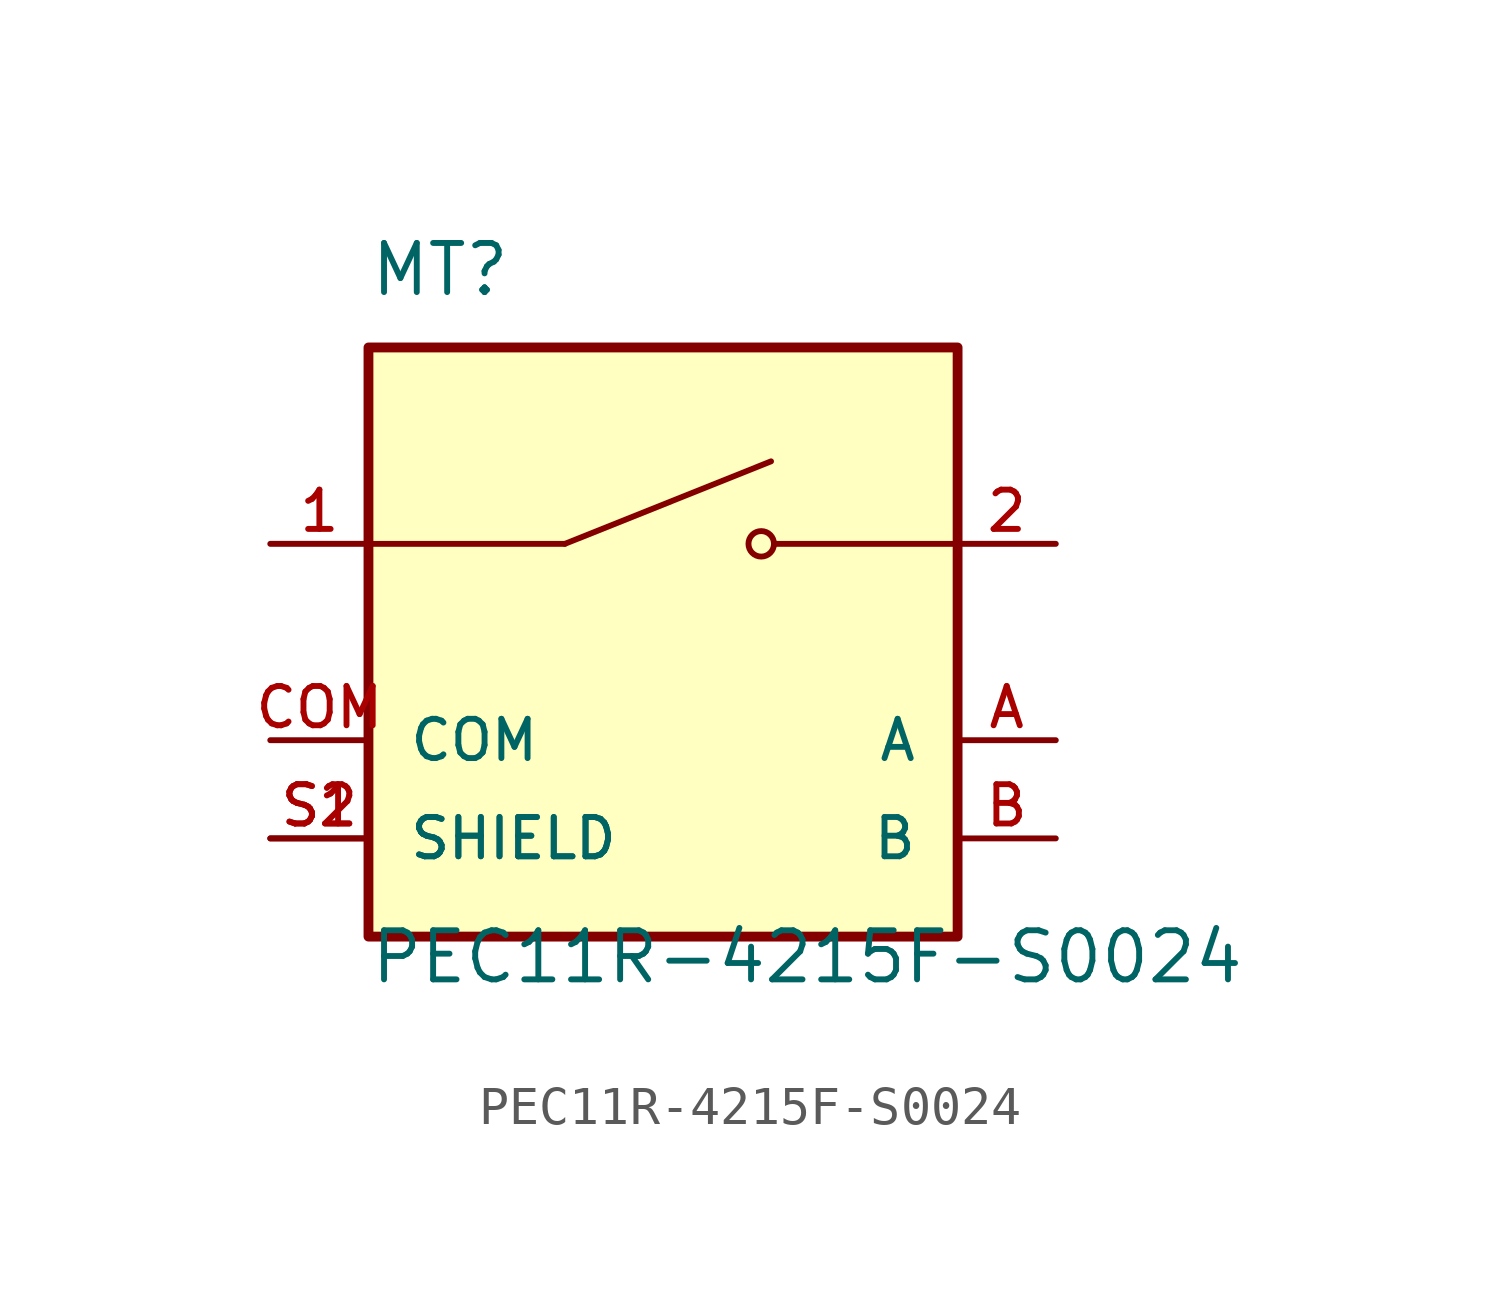
<source format=kicad_sym>
(kicad_symbol_lib
  (version 20211014)
  (generator kicad_symbol_editor)
  (symbol "PEC11R-4215F-S0024"
    (pin_names
      (offset 1.016))
    (property "Reference" "MT"
      (at -7.62 8.89 0)
      (effects (font (size 1.27 1.27)) (justify left bottom)))
    (property "Value" "PEC11R-4215F-S0024"
      (at -7.62 -8.89 0)
      (effects (font (size 1.27 1.27)) (justify left bottom)))
    (property "ki_locked" ""
      (at 0 0 0)
      (effects (font (size 1.27 1.27))))
    (symbol "PEC11R-4215F-S0024_0_0"
      (rectangle (start -7.62 -7.62) (end 7.62 7.62) (stroke (width 0.254) (type default) (color 0 0 0 0)) (fill (type background)))
      (polyline (pts (xy -2.54 2.54) (xy -7.62 2.54)) (stroke (width 0.152) (type default) (color 0 0 0 0)) (fill (type none)))
      (polyline (pts (xy -2.54 2.54) (xy 2.794 4.674)) (stroke (width 0.152) (type default) (color 0 0 0 0)) (fill (type none)))
      (polyline (pts (xy 7.62 2.54) (xy 2.921 2.54)) (stroke (width 0.152) (type default) (color 0 0 0 0)) (fill (type none)))
      (circle (center 2.54 2.54) (radius 0.33) (stroke (width 0.152) (type default) (color 0 0 0 0)) (fill (type none)))
      (pin passive line (at -10.16 2.54 0) (length 2.54) (name "~" (effects (font (size 1.016 1.016)))) (number "1" (effects (font (size 1.016 1.016)))))
      (pin passive line (at 10.16 2.54 180) (length 2.54) (name "~" (effects (font (size 1.016 1.016)))) (number "2" (effects (font (size 1.016 1.016)))))
      (pin passive line (at 10.16 -2.54 180) (length 2.54) (name "A" (effects (font (size 1.016 1.016)))) (number "A" (effects (font (size 1.016 1.016)))))
      (pin passive line (at 10.16 -5.08 180) (length 2.54) (name "B" (effects (font (size 1.016 1.016)))) (number "B" (effects (font (size 1.016 1.016)))))
      (pin passive line (at -10.16 -2.54 0) (length 2.54) (name "COM" (effects (font (size 1.016 1.016)))) (number "COM" (effects (font (size 1.016 1.016)))))
      (pin passive line (at -10.16 -5.08 0) (length 2.54) (name "SHIELD" (effects (font (size 1.016 1.016)))) (number "S1" (effects (font (size 1.016 1.016)))))
      (pin passive line (at -10.16 -5.08 0) (length 2.54) (name "SHIELD" (effects (font (size 1.016 1.016)))) (number "S2" (effects (font (size 1.016 1.016))))))))
</source>
